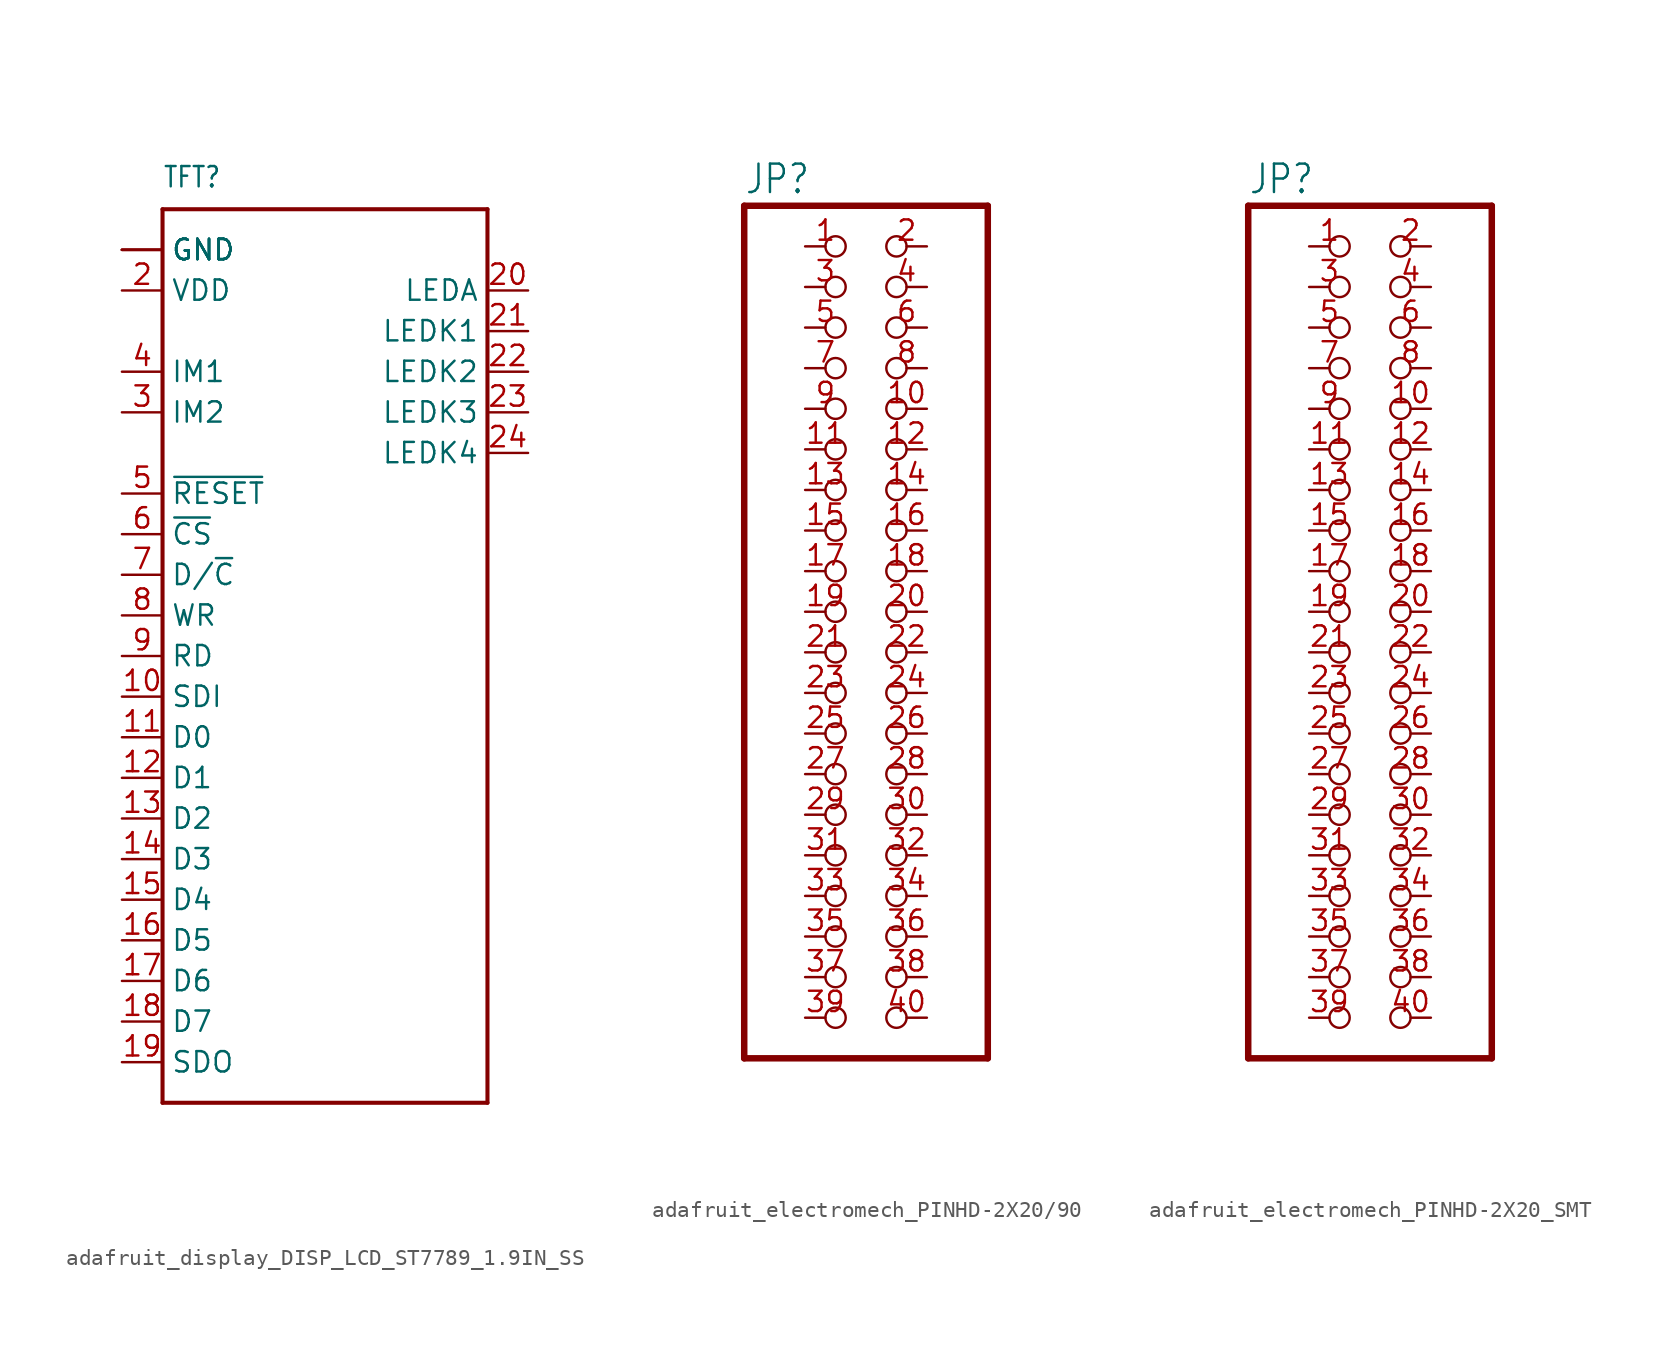
<source format=kicad_sym>
(kicad_symbol_lib
  (version 20231120)
  (generator "kicad_symbol_editor")
  (generator_version "8.0")
  (symbol "adafruit_display_DISP_LCD_ST7789_1.9IN_SS"
    (property "Reference" "TFT"
      (at -7.62 31.75 0)
      (effects (font (size 1.27 1.079)) (justify left bottom)))
    (property "Value" ""
      (at -7.62 -27.94 0)
      (effects (font (size 1.27 1.079)) (justify left bottom)))
    (property "ki_locked" ""
      (at 0 0 0)
      (effects (font (size 1.27 1.27))))
    (symbol "adafruit_display_DISP_LCD_ST7789_1.9IN_SS_1_0"
      (polyline (pts (xy -7.62 -25.4) (xy -7.62 30.48)) (stroke (width 0.254) (type solid)) (fill (type none)))
      (polyline (pts (xy -7.62 30.48) (xy 12.7 30.48)) (stroke (width 0.254) (type solid)) (fill (type none)))
      (polyline (pts (xy 12.7 -25.4) (xy -7.62 -25.4)) (stroke (width 0.254) (type solid)) (fill (type none)))
      (polyline (pts (xy 12.7 30.48) (xy 12.7 -25.4)) (stroke (width 0.254) (type solid)) (fill (type none)))
      (pin power_in line (at -10.16 27.94 0) (length 2.54) (name "GND" (effects (font (size 1.27 1.27)))) (number "1" (effects (font (size 0 0)))))
      (pin input line (at -10.16 0 0) (length 2.54) (name "SDI" (effects (font (size 1.27 1.27)))) (number "10" (effects (font (size 1.27 1.27)))))
      (pin bidirectional line (at -10.16 -2.54 0) (length 2.54) (name "D0" (effects (font (size 1.27 1.27)))) (number "11" (effects (font (size 1.27 1.27)))))
      (pin bidirectional line (at -10.16 -5.08 0) (length 2.54) (name "D1" (effects (font (size 1.27 1.27)))) (number "12" (effects (font (size 1.27 1.27)))))
      (pin bidirectional line (at -10.16 -7.62 0) (length 2.54) (name "D2" (effects (font (size 1.27 1.27)))) (number "13" (effects (font (size 1.27 1.27)))))
      (pin bidirectional line (at -10.16 -10.16 0) (length 2.54) (name "D3" (effects (font (size 1.27 1.27)))) (number "14" (effects (font (size 1.27 1.27)))))
      (pin bidirectional line (at -10.16 -12.7 0) (length 2.54) (name "D4" (effects (font (size 1.27 1.27)))) (number "15" (effects (font (size 1.27 1.27)))))
      (pin bidirectional line (at -10.16 -15.24 0) (length 2.54) (name "D5" (effects (font (size 1.27 1.27)))) (number "16" (effects (font (size 1.27 1.27)))))
      (pin bidirectional line (at -10.16 -17.78 0) (length 2.54) (name "D6" (effects (font (size 1.27 1.27)))) (number "17" (effects (font (size 1.27 1.27)))))
      (pin bidirectional line (at -10.16 -20.32 0) (length 2.54) (name "D7" (effects (font (size 1.27 1.27)))) (number "18" (effects (font (size 1.27 1.27)))))
      (pin output line (at -10.16 -22.86 0) (length 2.54) (name "SDO" (effects (font (size 1.27 1.27)))) (number "19" (effects (font (size 1.27 1.27)))))
      (pin power_in line (at -10.16 25.4 0) (length 2.54) (name "VDD" (effects (font (size 1.27 1.27)))) (number "2" (effects (font (size 1.27 1.27)))))
      (pin input line (at 15.24 25.4 180) (length 2.54) (name "LEDA" (effects (font (size 1.27 1.27)))) (number "20" (effects (font (size 1.27 1.27)))))
      (pin input line (at 15.24 22.86 180) (length 2.54) (name "LEDK1" (effects (font (size 1.27 1.27)))) (number "21" (effects (font (size 1.27 1.27)))))
      (pin input line (at 15.24 20.32 180) (length 2.54) (name "LEDK2" (effects (font (size 1.27 1.27)))) (number "22" (effects (font (size 1.27 1.27)))))
      (pin input line (at 15.24 17.78 180) (length 2.54) (name "LEDK3" (effects (font (size 1.27 1.27)))) (number "23" (effects (font (size 1.27 1.27)))))
      (pin input line (at 15.24 15.24 180) (length 2.54) (name "LEDK4" (effects (font (size 1.27 1.27)))) (number "24" (effects (font (size 1.27 1.27)))))
      (pin power_in line (at -10.16 27.94 0) (length 2.54) (name "GND" (effects (font (size 1.27 1.27)))) (number "25" (effects (font (size 0 0)))))
      (pin input line (at -10.16 17.78 0) (length 2.54) (name "IM2" (effects (font (size 1.27 1.27)))) (number "3" (effects (font (size 1.27 1.27)))))
      (pin power_in line (at -10.16 27.94 0) (length 2.54) (name "GND" (effects (font (size 1.27 1.27)))) (number "30" (effects (font (size 0 0)))))
      (pin input line (at -10.16 20.32 0) (length 2.54) (name "IM1" (effects (font (size 1.27 1.27)))) (number "4" (effects (font (size 1.27 1.27)))))
      (pin input line (at -10.16 12.7 0) (length 2.54) (name "~{RESET}" (effects (font (size 1.27 1.27)))) (number "5" (effects (font (size 1.27 1.27)))))
      (pin input line (at -10.16 10.16 0) (length 2.54) (name "~{CS}" (effects (font (size 1.27 1.27)))) (number "6" (effects (font (size 1.27 1.27)))))
      (pin input line (at -10.16 7.62 0) (length 2.54) (name "D/~{C}" (effects (font (size 1.27 1.27)))) (number "7" (effects (font (size 1.27 1.27)))))
      (pin input line (at -10.16 5.08 0) (length 2.54) (name "WR" (effects (font (size 1.27 1.27)))) (number "8" (effects (font (size 1.27 1.27)))))
      (pin input line (at -10.16 2.54 0) (length 2.54) (name "RD" (effects (font (size 1.27 1.27)))) (number "9" (effects (font (size 1.27 1.27)))))
      (pin power_in line (at -10.16 27.94 0) (length 2.54) (name "GND" (effects (font (size 1.27 1.27)))) (number "MNT1" (effects (font (size 0 0)))))
      (pin power_in line (at -10.16 27.94 0) (length 2.54) (name "GND" (effects (font (size 1.27 1.27)))) (number "MNT2" (effects (font (size 0 0)))))))
  (symbol "adafruit_electromech_PINHD-2X20/90"
    (property "Reference" "JP"
      (at -6.35 26.035 0)
      (effects (font (size 1.778 1.511)) (justify left bottom)))
    (property "Value" ""
      (at -6.35 -30.48 0)
      (effects (font (size 1.778 1.511)) (justify left bottom)))
    (property "ki_locked" ""
      (at 0 0 0)
      (effects (font (size 1.27 1.27))))
    (symbol "adafruit_electromech_PINHD-2X20/90_1_0"
      (polyline (pts (xy -6.35 -27.94) (xy 8.89 -27.94)) (stroke (width 0.406) (type solid)) (fill (type none)))
      (polyline (pts (xy -6.35 25.4) (xy -6.35 -27.94)) (stroke (width 0.406) (type solid)) (fill (type none)))
      (polyline (pts (xy 8.89 -27.94) (xy 8.89 25.4)) (stroke (width 0.406) (type solid)) (fill (type none)))
      (polyline (pts (xy 8.89 25.4) (xy -6.35 25.4)) (stroke (width 0.406) (type solid)) (fill (type none)))
      (pin passive inverted (at -2.54 22.86 0) (length 2.54) (name "1" (effects (font (size 0 0)))) (number "1" (effects (font (size 1.27 1.27)))))
      (pin passive inverted (at 5.08 12.7 180) (length 2.54) (name "10" (effects (font (size 0 0)))) (number "10" (effects (font (size 1.27 1.27)))))
      (pin passive inverted (at -2.54 10.16 0) (length 2.54) (name "11" (effects (font (size 0 0)))) (number "11" (effects (font (size 1.27 1.27)))))
      (pin passive inverted (at 5.08 10.16 180) (length 2.54) (name "12" (effects (font (size 0 0)))) (number "12" (effects (font (size 1.27 1.27)))))
      (pin passive inverted (at -2.54 7.62 0) (length 2.54) (name "13" (effects (font (size 0 0)))) (number "13" (effects (font (size 1.27 1.27)))))
      (pin passive inverted (at 5.08 7.62 180) (length 2.54) (name "14" (effects (font (size 0 0)))) (number "14" (effects (font (size 1.27 1.27)))))
      (pin passive inverted (at -2.54 5.08 0) (length 2.54) (name "15" (effects (font (size 0 0)))) (number "15" (effects (font (size 1.27 1.27)))))
      (pin passive inverted (at 5.08 5.08 180) (length 2.54) (name "16" (effects (font (size 0 0)))) (number "16" (effects (font (size 1.27 1.27)))))
      (pin passive inverted (at -2.54 2.54 0) (length 2.54) (name "17" (effects (font (size 0 0)))) (number "17" (effects (font (size 1.27 1.27)))))
      (pin passive inverted (at 5.08 2.54 180) (length 2.54) (name "18" (effects (font (size 0 0)))) (number "18" (effects (font (size 1.27 1.27)))))
      (pin passive inverted (at -2.54 0 0) (length 2.54) (name "19" (effects (font (size 0 0)))) (number "19" (effects (font (size 1.27 1.27)))))
      (pin passive inverted (at 5.08 22.86 180) (length 2.54) (name "2" (effects (font (size 0 0)))) (number "2" (effects (font (size 1.27 1.27)))))
      (pin passive inverted (at 5.08 0 180) (length 2.54) (name "20" (effects (font (size 0 0)))) (number "20" (effects (font (size 1.27 1.27)))))
      (pin passive inverted (at -2.54 -2.54 0) (length 2.54) (name "21" (effects (font (size 0 0)))) (number "21" (effects (font (size 1.27 1.27)))))
      (pin passive inverted (at 5.08 -2.54 180) (length 2.54) (name "22" (effects (font (size 0 0)))) (number "22" (effects (font (size 1.27 1.27)))))
      (pin passive inverted (at -2.54 -5.08 0) (length 2.54) (name "23" (effects (font (size 0 0)))) (number "23" (effects (font (size 1.27 1.27)))))
      (pin passive inverted (at 5.08 -5.08 180) (length 2.54) (name "24" (effects (font (size 0 0)))) (number "24" (effects (font (size 1.27 1.27)))))
      (pin passive inverted (at -2.54 -7.62 0) (length 2.54) (name "25" (effects (font (size 0 0)))) (number "25" (effects (font (size 1.27 1.27)))))
      (pin passive inverted (at 5.08 -7.62 180) (length 2.54) (name "26" (effects (font (size 0 0)))) (number "26" (effects (font (size 1.27 1.27)))))
      (pin passive inverted (at -2.54 -10.16 0) (length 2.54) (name "27" (effects (font (size 0 0)))) (number "27" (effects (font (size 1.27 1.27)))))
      (pin passive inverted (at 5.08 -10.16 180) (length 2.54) (name "28" (effects (font (size 0 0)))) (number "28" (effects (font (size 1.27 1.27)))))
      (pin passive inverted (at -2.54 -12.7 0) (length 2.54) (name "29" (effects (font (size 0 0)))) (number "29" (effects (font (size 1.27 1.27)))))
      (pin passive inverted (at -2.54 20.32 0) (length 2.54) (name "3" (effects (font (size 0 0)))) (number "3" (effects (font (size 1.27 1.27)))))
      (pin passive inverted (at 5.08 -12.7 180) (length 2.54) (name "30" (effects (font (size 0 0)))) (number "30" (effects (font (size 1.27 1.27)))))
      (pin passive inverted (at -2.54 -15.24 0) (length 2.54) (name "31" (effects (font (size 0 0)))) (number "31" (effects (font (size 1.27 1.27)))))
      (pin passive inverted (at 5.08 -15.24 180) (length 2.54) (name "32" (effects (font (size 0 0)))) (number "32" (effects (font (size 1.27 1.27)))))
      (pin passive inverted (at -2.54 -17.78 0) (length 2.54) (name "33" (effects (font (size 0 0)))) (number "33" (effects (font (size 1.27 1.27)))))
      (pin passive inverted (at 5.08 -17.78 180) (length 2.54) (name "34" (effects (font (size 0 0)))) (number "34" (effects (font (size 1.27 1.27)))))
      (pin passive inverted (at -2.54 -20.32 0) (length 2.54) (name "35" (effects (font (size 0 0)))) (number "35" (effects (font (size 1.27 1.27)))))
      (pin passive inverted (at 5.08 -20.32 180) (length 2.54) (name "36" (effects (font (size 0 0)))) (number "36" (effects (font (size 1.27 1.27)))))
      (pin passive inverted (at -2.54 -22.86 0) (length 2.54) (name "37" (effects (font (size 0 0)))) (number "37" (effects (font (size 1.27 1.27)))))
      (pin passive inverted (at 5.08 -22.86 180) (length 2.54) (name "38" (effects (font (size 0 0)))) (number "38" (effects (font (size 1.27 1.27)))))
      (pin passive inverted (at -2.54 -25.4 0) (length 2.54) (name "39" (effects (font (size 0 0)))) (number "39" (effects (font (size 1.27 1.27)))))
      (pin passive inverted (at 5.08 20.32 180) (length 2.54) (name "4" (effects (font (size 0 0)))) (number "4" (effects (font (size 1.27 1.27)))))
      (pin passive inverted (at 5.08 -25.4 180) (length 2.54) (name "40" (effects (font (size 0 0)))) (number "40" (effects (font (size 1.27 1.27)))))
      (pin passive inverted (at -2.54 17.78 0) (length 2.54) (name "5" (effects (font (size 0 0)))) (number "5" (effects (font (size 1.27 1.27)))))
      (pin passive inverted (at 5.08 17.78 180) (length 2.54) (name "6" (effects (font (size 0 0)))) (number "6" (effects (font (size 1.27 1.27)))))
      (pin passive inverted (at -2.54 15.24 0) (length 2.54) (name "7" (effects (font (size 0 0)))) (number "7" (effects (font (size 1.27 1.27)))))
      (pin passive inverted (at 5.08 15.24 180) (length 2.54) (name "8" (effects (font (size 0 0)))) (number "8" (effects (font (size 1.27 1.27)))))
      (pin passive inverted (at -2.54 12.7 0) (length 2.54) (name "9" (effects (font (size 0 0)))) (number "9" (effects (font (size 1.27 1.27)))))))
  (symbol "adafruit_electromech_PINHD-2X20_SMT"
    (property "Reference" "JP"
      (at -6.35 26.035 0)
      (effects (font (size 1.778 1.511)) (justify left bottom)))
    (property "Value" ""
      (at -6.35 -30.48 0)
      (effects (font (size 1.778 1.511)) (justify left bottom)))
    (property "ki_locked" ""
      (at 0 0 0)
      (effects (font (size 1.27 1.27))))
    (symbol "adafruit_electromech_PINHD-2X20_SMT_1_0"
      (polyline (pts (xy -6.35 -27.94) (xy 8.89 -27.94)) (stroke (width 0.406) (type solid)) (fill (type none)))
      (polyline (pts (xy -6.35 25.4) (xy -6.35 -27.94)) (stroke (width 0.406) (type solid)) (fill (type none)))
      (polyline (pts (xy 8.89 -27.94) (xy 8.89 25.4)) (stroke (width 0.406) (type solid)) (fill (type none)))
      (polyline (pts (xy 8.89 25.4) (xy -6.35 25.4)) (stroke (width 0.406) (type solid)) (fill (type none)))
      (pin passive inverted (at -2.54 22.86 0) (length 2.54) (name "1" (effects (font (size 0 0)))) (number "1" (effects (font (size 1.27 1.27)))))
      (pin passive inverted (at 5.08 12.7 180) (length 2.54) (name "10" (effects (font (size 0 0)))) (number "10" (effects (font (size 1.27 1.27)))))
      (pin passive inverted (at -2.54 10.16 0) (length 2.54) (name "11" (effects (font (size 0 0)))) (number "11" (effects (font (size 1.27 1.27)))))
      (pin passive inverted (at 5.08 10.16 180) (length 2.54) (name "12" (effects (font (size 0 0)))) (number "12" (effects (font (size 1.27 1.27)))))
      (pin passive inverted (at -2.54 7.62 0) (length 2.54) (name "13" (effects (font (size 0 0)))) (number "13" (effects (font (size 1.27 1.27)))))
      (pin passive inverted (at 5.08 7.62 180) (length 2.54) (name "14" (effects (font (size 0 0)))) (number "14" (effects (font (size 1.27 1.27)))))
      (pin passive inverted (at -2.54 5.08 0) (length 2.54) (name "15" (effects (font (size 0 0)))) (number "15" (effects (font (size 1.27 1.27)))))
      (pin passive inverted (at 5.08 5.08 180) (length 2.54) (name "16" (effects (font (size 0 0)))) (number "16" (effects (font (size 1.27 1.27)))))
      (pin passive inverted (at -2.54 2.54 0) (length 2.54) (name "17" (effects (font (size 0 0)))) (number "17" (effects (font (size 1.27 1.27)))))
      (pin passive inverted (at 5.08 2.54 180) (length 2.54) (name "18" (effects (font (size 0 0)))) (number "18" (effects (font (size 1.27 1.27)))))
      (pin passive inverted (at -2.54 0 0) (length 2.54) (name "19" (effects (font (size 0 0)))) (number "19" (effects (font (size 1.27 1.27)))))
      (pin passive inverted (at 5.08 22.86 180) (length 2.54) (name "2" (effects (font (size 0 0)))) (number "2" (effects (font (size 1.27 1.27)))))
      (pin passive inverted (at 5.08 0 180) (length 2.54) (name "20" (effects (font (size 0 0)))) (number "20" (effects (font (size 1.27 1.27)))))
      (pin passive inverted (at -2.54 -2.54 0) (length 2.54) (name "21" (effects (font (size 0 0)))) (number "21" (effects (font (size 1.27 1.27)))))
      (pin passive inverted (at 5.08 -2.54 180) (length 2.54) (name "22" (effects (font (size 0 0)))) (number "22" (effects (font (size 1.27 1.27)))))
      (pin passive inverted (at -2.54 -5.08 0) (length 2.54) (name "23" (effects (font (size 0 0)))) (number "23" (effects (font (size 1.27 1.27)))))
      (pin passive inverted (at 5.08 -5.08 180) (length 2.54) (name "24" (effects (font (size 0 0)))) (number "24" (effects (font (size 1.27 1.27)))))
      (pin passive inverted (at -2.54 -7.62 0) (length 2.54) (name "25" (effects (font (size 0 0)))) (number "25" (effects (font (size 1.27 1.27)))))
      (pin passive inverted (at 5.08 -7.62 180) (length 2.54) (name "26" (effects (font (size 0 0)))) (number "26" (effects (font (size 1.27 1.27)))))
      (pin passive inverted (at -2.54 -10.16 0) (length 2.54) (name "27" (effects (font (size 0 0)))) (number "27" (effects (font (size 1.27 1.27)))))
      (pin passive inverted (at 5.08 -10.16 180) (length 2.54) (name "28" (effects (font (size 0 0)))) (number "28" (effects (font (size 1.27 1.27)))))
      (pin passive inverted (at -2.54 -12.7 0) (length 2.54) (name "29" (effects (font (size 0 0)))) (number "29" (effects (font (size 1.27 1.27)))))
      (pin passive inverted (at -2.54 20.32 0) (length 2.54) (name "3" (effects (font (size 0 0)))) (number "3" (effects (font (size 1.27 1.27)))))
      (pin passive inverted (at 5.08 -12.7 180) (length 2.54) (name "30" (effects (font (size 0 0)))) (number "30" (effects (font (size 1.27 1.27)))))
      (pin passive inverted (at -2.54 -15.24 0) (length 2.54) (name "31" (effects (font (size 0 0)))) (number "31" (effects (font (size 1.27 1.27)))))
      (pin passive inverted (at 5.08 -15.24 180) (length 2.54) (name "32" (effects (font (size 0 0)))) (number "32" (effects (font (size 1.27 1.27)))))
      (pin passive inverted (at -2.54 -17.78 0) (length 2.54) (name "33" (effects (font (size 0 0)))) (number "33" (effects (font (size 1.27 1.27)))))
      (pin passive inverted (at 5.08 -17.78 180) (length 2.54) (name "34" (effects (font (size 0 0)))) (number "34" (effects (font (size 1.27 1.27)))))
      (pin passive inverted (at -2.54 -20.32 0) (length 2.54) (name "35" (effects (font (size 0 0)))) (number "35" (effects (font (size 1.27 1.27)))))
      (pin passive inverted (at 5.08 -20.32 180) (length 2.54) (name "36" (effects (font (size 0 0)))) (number "36" (effects (font (size 1.27 1.27)))))
      (pin passive inverted (at -2.54 -22.86 0) (length 2.54) (name "37" (effects (font (size 0 0)))) (number "37" (effects (font (size 1.27 1.27)))))
      (pin passive inverted (at 5.08 -22.86 180) (length 2.54) (name "38" (effects (font (size 0 0)))) (number "38" (effects (font (size 1.27 1.27)))))
      (pin passive inverted (at -2.54 -25.4 0) (length 2.54) (name "39" (effects (font (size 0 0)))) (number "39" (effects (font (size 1.27 1.27)))))
      (pin passive inverted (at 5.08 20.32 180) (length 2.54) (name "4" (effects (font (size 0 0)))) (number "4" (effects (font (size 1.27 1.27)))))
      (pin passive inverted (at 5.08 -25.4 180) (length 2.54) (name "40" (effects (font (size 0 0)))) (number "40" (effects (font (size 1.27 1.27)))))
      (pin passive inverted (at -2.54 17.78 0) (length 2.54) (name "5" (effects (font (size 0 0)))) (number "5" (effects (font (size 1.27 1.27)))))
      (pin passive inverted (at 5.08 17.78 180) (length 2.54) (name "6" (effects (font (size 0 0)))) (number "6" (effects (font (size 1.27 1.27)))))
      (pin passive inverted (at -2.54 15.24 0) (length 2.54) (name "7" (effects (font (size 0 0)))) (number "7" (effects (font (size 1.27 1.27)))))
      (pin passive inverted (at 5.08 15.24 180) (length 2.54) (name "8" (effects (font (size 0 0)))) (number "8" (effects (font (size 1.27 1.27)))))
      (pin passive inverted (at -2.54 12.7 0) (length 2.54) (name "9" (effects (font (size 0 0)))) (number "9" (effects (font (size 1.27 1.27))))))))
</source>
